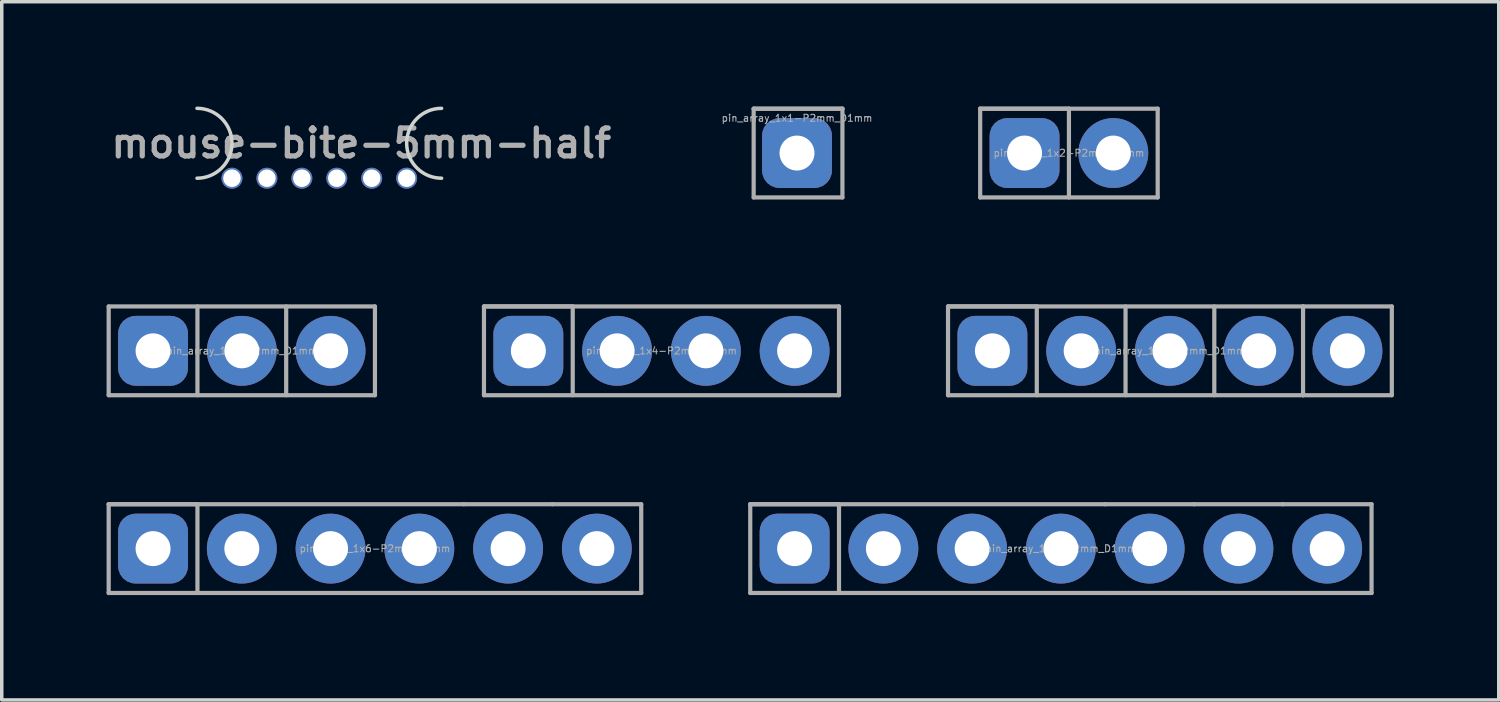
<source format=kicad_pcb>
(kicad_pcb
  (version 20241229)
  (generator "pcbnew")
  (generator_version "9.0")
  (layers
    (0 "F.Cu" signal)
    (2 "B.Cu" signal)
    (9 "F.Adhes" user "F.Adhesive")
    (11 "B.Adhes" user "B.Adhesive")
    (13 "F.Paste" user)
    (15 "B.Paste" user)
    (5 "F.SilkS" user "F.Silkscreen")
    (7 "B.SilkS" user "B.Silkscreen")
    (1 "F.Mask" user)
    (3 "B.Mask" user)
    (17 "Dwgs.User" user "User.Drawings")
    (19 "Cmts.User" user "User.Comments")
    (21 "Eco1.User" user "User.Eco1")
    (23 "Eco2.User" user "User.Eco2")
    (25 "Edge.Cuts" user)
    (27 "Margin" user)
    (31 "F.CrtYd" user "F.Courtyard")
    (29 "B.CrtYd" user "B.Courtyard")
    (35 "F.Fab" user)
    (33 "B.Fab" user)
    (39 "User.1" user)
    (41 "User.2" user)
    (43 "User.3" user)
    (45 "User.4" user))
  (footprint "pin_array_1x5-P2mm_D1mm"
    (layer "F.Cu")
    (at 30.43 6.99)
    (property "Reference" "pin_array_1x5-P2mm_D1mm" (at 0 0 0) (layer "F.Fab") (effects (font (size 0.2 0.2) (thickness 0.03))))
    (attr through_hole)
    (fp_line (start -6.35 -1.27) (end -3.81 -1.27) (stroke (width 0.12) (type solid)) (layer "F.Fab"))
    (fp_line (start -6.35 -1.27) (end 3.81 -1.27) (stroke (width 0.12) (type solid)) (layer "F.Fab"))
    (fp_line (start -6.35 1.27) (end -6.35 -1.27) (stroke (width 0.12) (type solid)) (layer "F.Fab"))
    (fp_line (start -3.81 -1.27) (end -3.81 1.27) (stroke (width 0.12) (type solid)) (layer "F.Fab"))
    (fp_line (start -1.27 -1.27) (end -1.27 1.27) (stroke (width 0.12) (type solid)) (layer "F.Fab"))
    (fp_line (start 1.27 -1.27) (end 1.27 1.27) (stroke (width 0.12) (type solid)) (layer "F.Fab"))
    (fp_line (start 3.81 -1.27) (end 3.81 1.27) (stroke (width 0.12) (type solid)) (layer "F.Fab"))
    (fp_line (start 3.81 -1.27) (end 6.35 -1.27) (stroke (width 0.12) (type solid)) (layer "F.Fab"))
    (fp_line (start 3.81 1.27) (end -6.35 1.27) (stroke (width 0.12) (type solid)) (layer "F.Fab"))
    (fp_line (start 6.35 -1.27) (end 6.35 1.27) (stroke (width 0.12) (type solid)) (layer "F.Fab"))
    (fp_line (start 6.35 1.27) (end 3.81 1.27) (stroke (width 0.12) (type solid)) (layer "F.Fab"))
    (pad "1" thru_hole roundrect (at -5.08 0) (size 2 2) (drill 1) (layers "*.Cu" "*.Mask") (roundrect_rratio 0.25))
    (pad "2" thru_hole circle (at -2.54 0) (size 2 2) (drill 1) (layers "*.Cu" "*.Mask"))
    (pad "3" thru_hole circle (at 0 0) (size 2 2) (drill 1) (layers "*.Cu" "*.Mask"))
    (pad "4" thru_hole circle (at 2.54 0) (size 2 2) (drill 1) (layers "*.Cu" "*.Mask"))
    (pad "5" thru_hole circle (at 5.08 0) (size 2 2) (drill 1) (layers "*.Cu" "*.Mask")))
  (footprint "pin_array_1x6-P2mm_D1mm"
    (layer "F.Cu")
    (at 7.68 12.65)
    (property "Reference" "pin_array_1x6-P2mm_D1mm" (at 0 0 0) (layer "F.Fab") (effects (font (size 0.2 0.2) (thickness 0.03))))
    (attr through_hole)
    (fp_line (start -7.62 -1.27) (end -5.08 -1.27) (stroke (width 0.12) (type solid)) (layer "F.Fab"))
    (fp_line (start -7.62 -1.27) (end 2.54 -1.27) (stroke (width 0.12) (type solid)) (layer "F.Fab"))
    (fp_line (start -7.62 1.27) (end -7.62 -1.27) (stroke (width 0.12) (type solid)) (layer "F.Fab"))
    (fp_line (start -5.08 -1.27) (end -5.08 1.27) (stroke (width 0.12) (type solid)) (layer "F.Fab"))
    (fp_line (start 2.54 -1.27) (end 5.08 -1.27) (stroke (width 0.12) (type solid)) (layer "F.Fab"))
    (fp_line (start 2.54 1.27) (end -7.62 1.27) (stroke (width 0.12) (type solid)) (layer "F.Fab"))
    (fp_line (start 5.08 -1.27) (end 7.62 -1.27) (stroke (width 0.12) (type solid)) (layer "F.Fab"))
    (fp_line (start 5.08 1.27) (end 2.54 1.27) (stroke (width 0.12) (type solid)) (layer "F.Fab"))
    (fp_line (start 7.62 -1.27) (end 7.62 1.27) (stroke (width 0.12) (type solid)) (layer "F.Fab"))
    (fp_line (start 7.62 1.27) (end 5.08 1.27) (stroke (width 0.12) (type solid)) (layer "F.Fab"))
    (pad "1" thru_hole roundrect (at -6.35 0) (size 2 2) (drill 1) (layers "*.Cu" "*.Mask") (roundrect_rratio 0.25))
    (pad "2" thru_hole circle (at -3.81 0) (size 2 2) (drill 1) (layers "*.Cu" "*.Mask"))
    (pad "3" thru_hole circle (at -1.27 0) (size 2 2) (drill 1) (layers "*.Cu" "*.Mask"))
    (pad "4" thru_hole circle (at 1.27 0) (size 2 2) (drill 1) (layers "*.Cu" "*.Mask"))
    (pad "5" thru_hole circle (at 3.81 0) (size 2 2) (drill 1) (layers "*.Cu" "*.Mask"))
    (pad "6" thru_hole circle (at 6.35 0) (size 2 2) (drill 1) (layers "*.Cu" "*.Mask")))
  (footprint "pin_array_1x7-P2mm_D1mm"
    (layer "F.Cu")
    (at 27.31 12.65)
    (property "Reference" "pin_array_1x7-P2mm_D1mm" (at 0 0 0) (layer "F.Fab") (effects (font (size 0.2 0.2) (thickness 0.03))))
    (attr through_hole)
    (fp_line (start -8.89 -1.27) (end -6.35 -1.27) (stroke (width 0.12) (type solid)) (layer "F.Fab"))
    (fp_line (start -8.89 -1.27) (end 1.27 -1.27) (stroke (width 0.12) (type solid)) (layer "F.Fab"))
    (fp_line (start -8.89 1.27) (end -8.89 -1.27) (stroke (width 0.12) (type solid)) (layer "F.Fab"))
    (fp_line (start -6.35 -1.27) (end -6.35 1.27) (stroke (width 0.12) (type solid)) (layer "F.Fab"))
    (fp_line (start 1.27 -1.27) (end 3.81 -1.27) (stroke (width 0.12) (type solid)) (layer "F.Fab"))
    (fp_line (start 1.27 1.27) (end -8.89 1.27) (stroke (width 0.12) (type solid)) (layer "F.Fab"))
    (fp_line (start 3.81 -1.27) (end 6.35 -1.27) (stroke (width 0.12) (type solid)) (layer "F.Fab"))
    (fp_line (start 3.81 1.27) (end 1.27 1.27) (stroke (width 0.12) (type solid)) (layer "F.Fab"))
    (fp_line (start 6.35 -1.27) (end 8.89 -1.27) (stroke (width 0.12) (type solid)) (layer "F.Fab"))
    (fp_line (start 6.35 1.27) (end 3.81 1.27) (stroke (width 0.12) (type solid)) (layer "F.Fab"))
    (fp_line (start 8.89 -1.27) (end 8.89 1.27) (stroke (width 0.12) (type solid)) (layer "F.Fab"))
    (fp_line (start 8.89 1.27) (end 6.35 1.27) (stroke (width 0.12) (type solid)) (layer "F.Fab"))
    (pad "1" thru_hole roundrect (at -7.62 0) (size 2 2) (drill 1) (layers "*.Cu" "*.Mask") (roundrect_rratio 0.25))
    (pad "2" thru_hole circle (at -5.08 0) (size 2 2) (drill 1) (layers "*.Cu" "*.Mask"))
    (pad "3" thru_hole circle (at -2.54 0) (size 2 2) (drill 1) (layers "*.Cu" "*.Mask"))
    (pad "4" thru_hole circle (at 0 0) (size 2 2) (drill 1) (layers "*.Cu" "*.Mask"))
    (pad "5" thru_hole circle (at 2.54 0) (size 2 2) (drill 1) (layers "*.Cu" "*.Mask"))
    (pad "6" thru_hole circle (at 5.08 0) (size 2 2) (drill 1) (layers "*.Cu" "*.Mask"))
    (pad "7" thru_hole circle (at 7.62 0) (size 2 2) (drill 1) (layers "*.Cu" "*.Mask")))
  (footprint "pin_array_1x2-P2mm_D1mm"
    (layer "F.Cu")
    (at 27.54 1.33)
    (property "Reference" "pin_array_1x2-P2mm_D1mm" (at 0 0 0) (layer "F.Fab") (effects (font (size 0.2 0.2) (thickness 0.03))))
    (attr through_hole)
    (fp_line (start -2.54 -1.27) (end 0 -1.27) (stroke (width 0.12) (type solid)) (layer "F.Fab"))
    (fp_line (start -2.54 -1.27) (end 2.54 -1.27) (stroke (width 0.12) (type solid)) (layer "F.Fab"))
    (fp_line (start -2.54 1.27) (end -2.54 -1.27) (stroke (width 0.12) (type solid)) (layer "F.Fab"))
    (fp_line (start 0 -1.27) (end 0 1.27) (stroke (width 0.12) (type solid)) (layer "F.Fab"))
    (fp_line (start 2.54 -1.27) (end 2.54 1.27) (stroke (width 0.12) (type solid)) (layer "F.Fab"))
    (fp_line (start 2.54 1.27) (end -2.54 1.27) (stroke (width 0.12) (type solid)) (layer "F.Fab"))
    (pad "1" thru_hole roundrect (at -1.27 0) (size 2 2) (drill 1) (layers "*.Cu" "*.Mask") (roundrect_rratio 0.25))
    (pad "2" thru_hole circle (at 1.27 0) (size 2 2) (drill 1) (layers "*.Cu" "*.Mask")))
  (footprint "mouse-bite-5mm-half"
    (layer "F.Cu")
    (at 6.088 1.05)
    (property "Reference" "mouse-bite-5mm-half" (at 1.2 0 0) (layer "F.Fab") (effects (font (size 0.8 0.8) (thickness 0.15))))
    (fp_arc (start -3.5 -1) (mid -2.5 0) (end -3.5 1) (stroke (width 0.1) (type solid)) (layer "Edge.Cuts"))
    (fp_arc (start 3.5 1) (mid 2.5 0) (end 3.5 -1) (stroke (width 0.1) (type solid)) (layer "Edge.Cuts"))
    (pad "" np_thru_hole circle (at -2.5 1) (size 0.6 0.6) (drill 0.5) (layers "*.Cu" "*.Mask"))
    (pad "" np_thru_hole circle (at -1.5 1) (size 0.6 0.6) (drill 0.5) (layers "*.Cu" "*.Mask"))
    (pad "" np_thru_hole circle (at -0.5 1) (size 0.6 0.6) (drill 0.5) (layers "*.Cu" "*.Mask"))
    (pad "" np_thru_hole circle (at 0.5 1) (size 0.6 0.6) (drill 0.5) (layers "*.Cu" "*.Mask"))
    (pad "" np_thru_hole circle (at 1.5 1) (size 0.6 0.6) (drill 0.5) (layers "*.Cu" "*.Mask"))
    (pad "" np_thru_hole circle (at 2.5 1) (size 0.6 0.6) (drill 0.5) (layers "*.Cu" "*.Mask")))
  (footprint "pin_array_1x1-P2mm_D1mm"
    (layer "F.Cu")
    (at 19.758 1.33)
    (property "Reference" "pin_array_1x1-P2mm_D1mm" (at 0 -1 0) (layer "F.Fab") (effects (font (size 0.2 0.2) (thickness 0.03))))
    (attr through_hole)
    (fp_line (start -1.24 -1.27) (end 1.3 -1.27) (stroke (width 0.12) (type solid)) (layer "F.Fab"))
    (fp_line (start -1.24 -1.27) (end 1.3 -1.27) (stroke (width 0.12) (type solid)) (layer "F.Fab"))
    (fp_line (start -1.24 1.27) (end -1.24 -1.27) (stroke (width 0.12) (type solid)) (layer "F.Fab"))
    (fp_line (start 1.3 -1.27) (end 1.3 1.27) (stroke (width 0.12) (type solid)) (layer "F.Fab"))
    (fp_line (start 1.3 1.27) (end -1.24 1.27) (stroke (width 0.12) (type solid)) (layer "F.Fab"))
    (pad "1" thru_hole roundrect (at 0 0) (size 2 2) (drill 1) (layers "*.Cu" "*.Mask") (roundrect_rratio 0.25)))
  (footprint "pin_array_1x4-P2mm_D1mm"
    (layer "F.Cu")
    (at 15.88 6.99)
    (property "Reference" "pin_array_1x4-P2mm_D1mm" (at 0 0 0) (layer "F.Fab") (effects (font (size 0.2 0.2) (thickness 0.03))))
    (attr through_hole)
    (fp_line (start -5.08 -1.27) (end -2.54 -1.27) (stroke (width 0.12) (type solid)) (layer "F.Fab"))
    (fp_line (start -5.08 -1.27) (end 5.08 -1.27) (stroke (width 0.12) (type solid)) (layer "F.Fab"))
    (fp_line (start -5.08 1.27) (end -5.08 -1.27) (stroke (width 0.12) (type solid)) (layer "F.Fab"))
    (fp_line (start -2.54 -1.27) (end -2.54 1.27) (stroke (width 0.12) (type solid)) (layer "F.Fab"))
    (fp_line (start 5.08 -1.27) (end 5.08 1.27) (stroke (width 0.12) (type solid)) (layer "F.Fab"))
    (fp_line (start 5.08 1.27) (end -5.08 1.27) (stroke (width 0.12) (type solid)) (layer "F.Fab"))
    (pad "1" thru_hole roundrect (at -3.81 0) (size 2 2) (drill 1) (layers "*.Cu" "*.Mask") (roundrect_rratio 0.25))
    (pad "2" thru_hole circle (at -1.27 0) (size 2 2) (drill 1) (layers "*.Cu" "*.Mask"))
    (pad "3" thru_hole circle (at 1.27 0) (size 2 2) (drill 1) (layers "*.Cu" "*.Mask"))
    (pad "4" thru_hole circle (at 3.81 0) (size 2 2) (drill 1) (layers "*.Cu" "*.Mask")))
  (footprint "pin_array_1x3-P2mm_D1mm"
    (layer "F.Cu")
    (at 3.87 6.99)
    (property "Reference" "pin_array_1x3-P2mm_D1mm" (at 0 0 0) (layer "F.Fab") (effects (font (size 0.2 0.2) (thickness 0.03))))
    (attr through_hole)
    (fp_line (start -3.81 -1.27) (end 3.81 -1.27) (stroke (width 0.12) (type solid)) (layer "F.Fab"))
    (fp_line (start -3.81 1.27) (end -3.81 -1.27) (stroke (width 0.12) (type solid)) (layer "F.Fab"))
    (fp_line (start -1.27 -1.27) (end -1.27 1.27) (stroke (width 0.12) (type solid)) (layer "F.Fab"))
    (fp_line (start 1.27 -1.27) (end 1.27 1.27) (stroke (width 0.12) (type solid)) (layer "F.Fab"))
    (fp_line (start 3.81 -1.27) (end 3.81 1.27) (stroke (width 0.12) (type solid)) (layer "F.Fab"))
    (fp_line (start 3.81 1.27) (end -3.81 1.27) (stroke (width 0.12) (type solid)) (layer "F.Fab"))
    (pad "1" thru_hole roundrect (at -2.54 0) (size 2 2) (drill 1) (layers "*.Cu" "*.Mask") (roundrect_rratio 0.25))
    (pad "2" thru_hole circle (at 0 0) (size 2 2) (drill 1) (layers "*.Cu" "*.Mask"))
    (pad "3" thru_hole circle (at 2.54 0) (size 2 2) (drill 1) (layers "*.Cu" "*.Mask")))
  (gr_rect
    (start -3 -3)
    (end 39.84 16.98)
    (stroke (width 0.1) (type default))
    (fill no)
    (layer "Edge.Cuts")))
</source>
